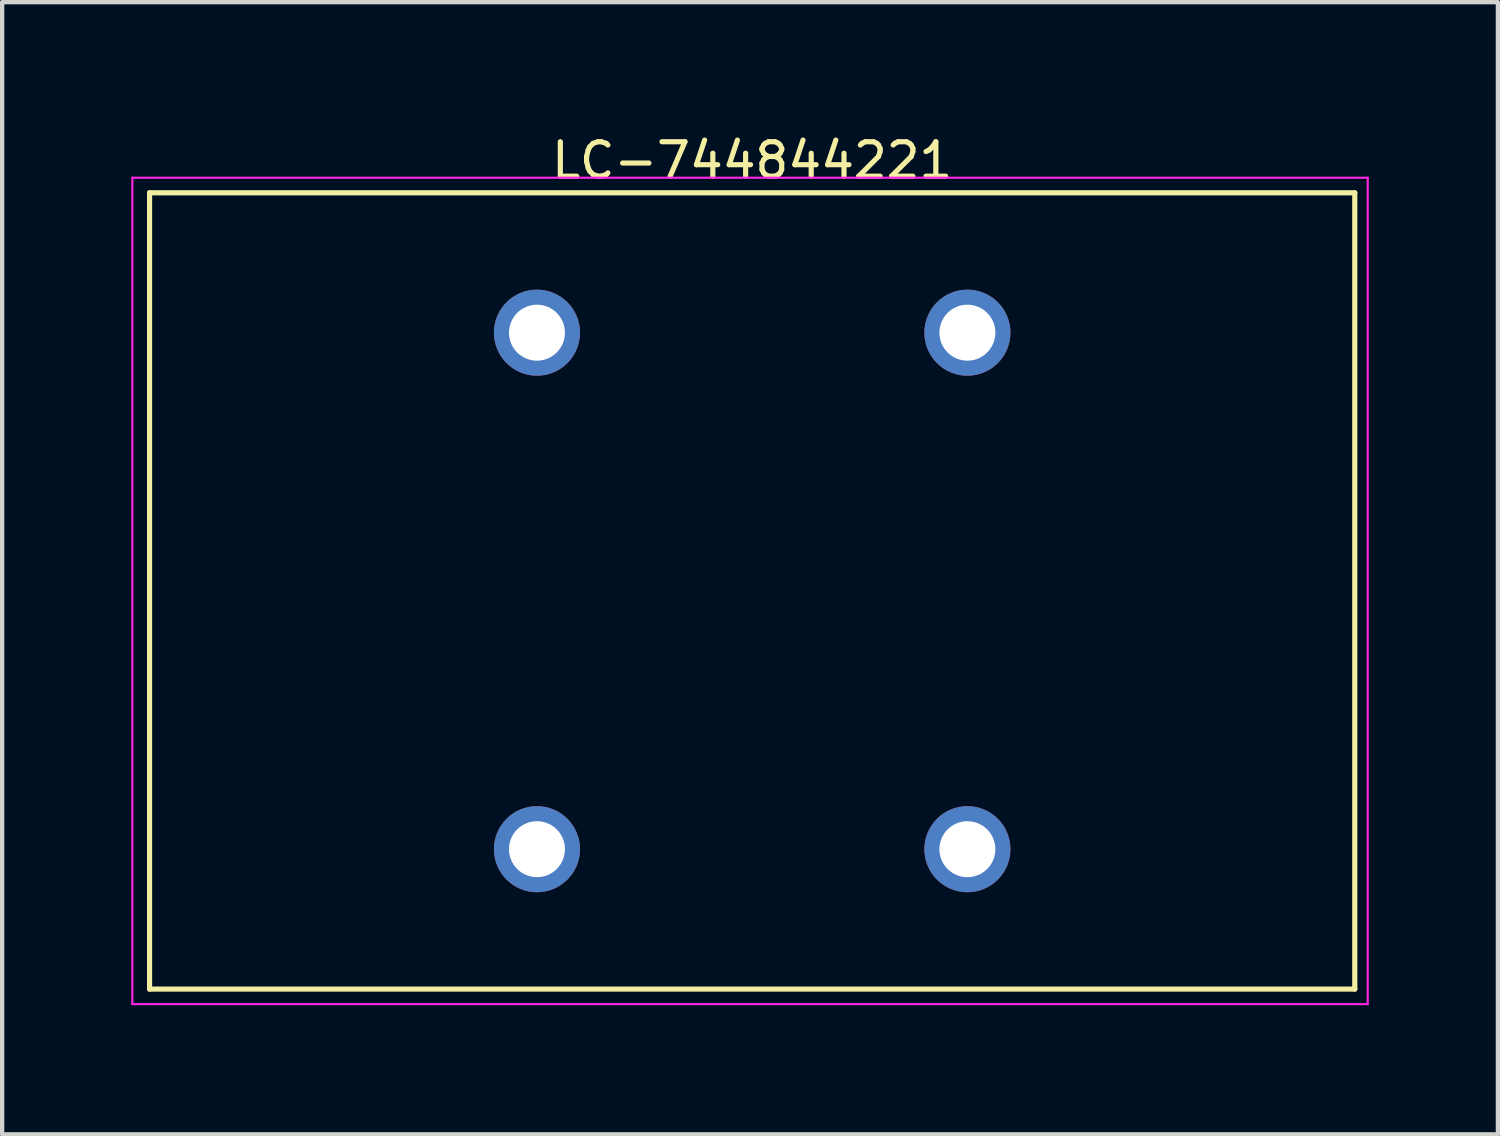
<source format=kicad_pcb>
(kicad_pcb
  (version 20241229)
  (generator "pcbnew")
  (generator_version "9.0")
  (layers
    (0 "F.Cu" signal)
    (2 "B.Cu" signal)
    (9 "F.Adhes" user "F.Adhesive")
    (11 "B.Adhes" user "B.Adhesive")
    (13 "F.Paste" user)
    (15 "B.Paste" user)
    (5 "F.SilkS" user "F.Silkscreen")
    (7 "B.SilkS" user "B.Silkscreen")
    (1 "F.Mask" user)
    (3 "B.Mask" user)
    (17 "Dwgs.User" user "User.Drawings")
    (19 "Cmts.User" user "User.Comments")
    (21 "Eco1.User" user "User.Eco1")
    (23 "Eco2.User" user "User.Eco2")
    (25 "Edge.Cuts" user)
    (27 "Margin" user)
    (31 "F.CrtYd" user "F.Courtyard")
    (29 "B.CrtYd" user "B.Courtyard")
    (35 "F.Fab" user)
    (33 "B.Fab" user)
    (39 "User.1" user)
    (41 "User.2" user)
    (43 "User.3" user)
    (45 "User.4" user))
  (footprint "LC-744844221"
    (layer "F.Cu")
    (at 14.425 10.679)
    (property "Reference" "LC-744844221" (at 0 -10 0) (layer "F.SilkS") (effects (font (size 0.8 0.8) (thickness 0.12))))
    (attr through_hole)
    (fp_line (start -14 -9.25) (end -14 9.25) (stroke (width 0.12) (type solid)) (layer "F.SilkS"))
    (fp_line (start -14 9.25) (end 14 9.25) (stroke (width 0.12) (type solid)) (layer "F.SilkS"))
    (fp_line (start 14 -9.25) (end -14 -9.25) (stroke (width 0.12) (type solid)) (layer "F.SilkS"))
    (fp_line (start 14 9.25) (end 14 -9.25) (stroke (width 0.12) (type solid)) (layer "F.SilkS"))
    (fp_line (start -14.4 -9.6) (end 14.3 -9.6) (stroke (width 0.05) (type solid)) (layer "F.CrtYd"))
    (fp_line (start -14.4 9.6) (end -14.4 -9.6) (stroke (width 0.05) (type solid)) (layer "F.CrtYd"))
    (fp_line (start 14.3 -9.6) (end 14.3 9.6) (stroke (width 0.05) (type solid)) (layer "F.CrtYd"))
    (fp_line (start 14.3 9.6) (end -14.4 9.6) (stroke (width 0.05) (type solid)) (layer "F.CrtYd"))
    (pad "1" thru_hole circle (at -5 6) (size 2 2) (drill 1.3) (layers "*.Cu" "*.Mask"))
    (pad "2" thru_hole circle (at -5 -6) (size 2 2) (drill 1.3) (layers "*.Cu" "*.Mask"))
    (pad "3" thru_hole circle (at 5 -6) (size 2 2) (drill 1.3) (layers "*.Cu" "*.Mask"))
    (pad "4" thru_hole circle (at 5 6) (size 2 2) (drill 1.3) (layers "*.Cu" "*.Mask")))
  (gr_rect
    (start -3 -3)
    (end 31.75 23.304)
    (stroke (width 0.1) (type default))
    (fill no)
    (layer "Edge.Cuts")))
</source>
